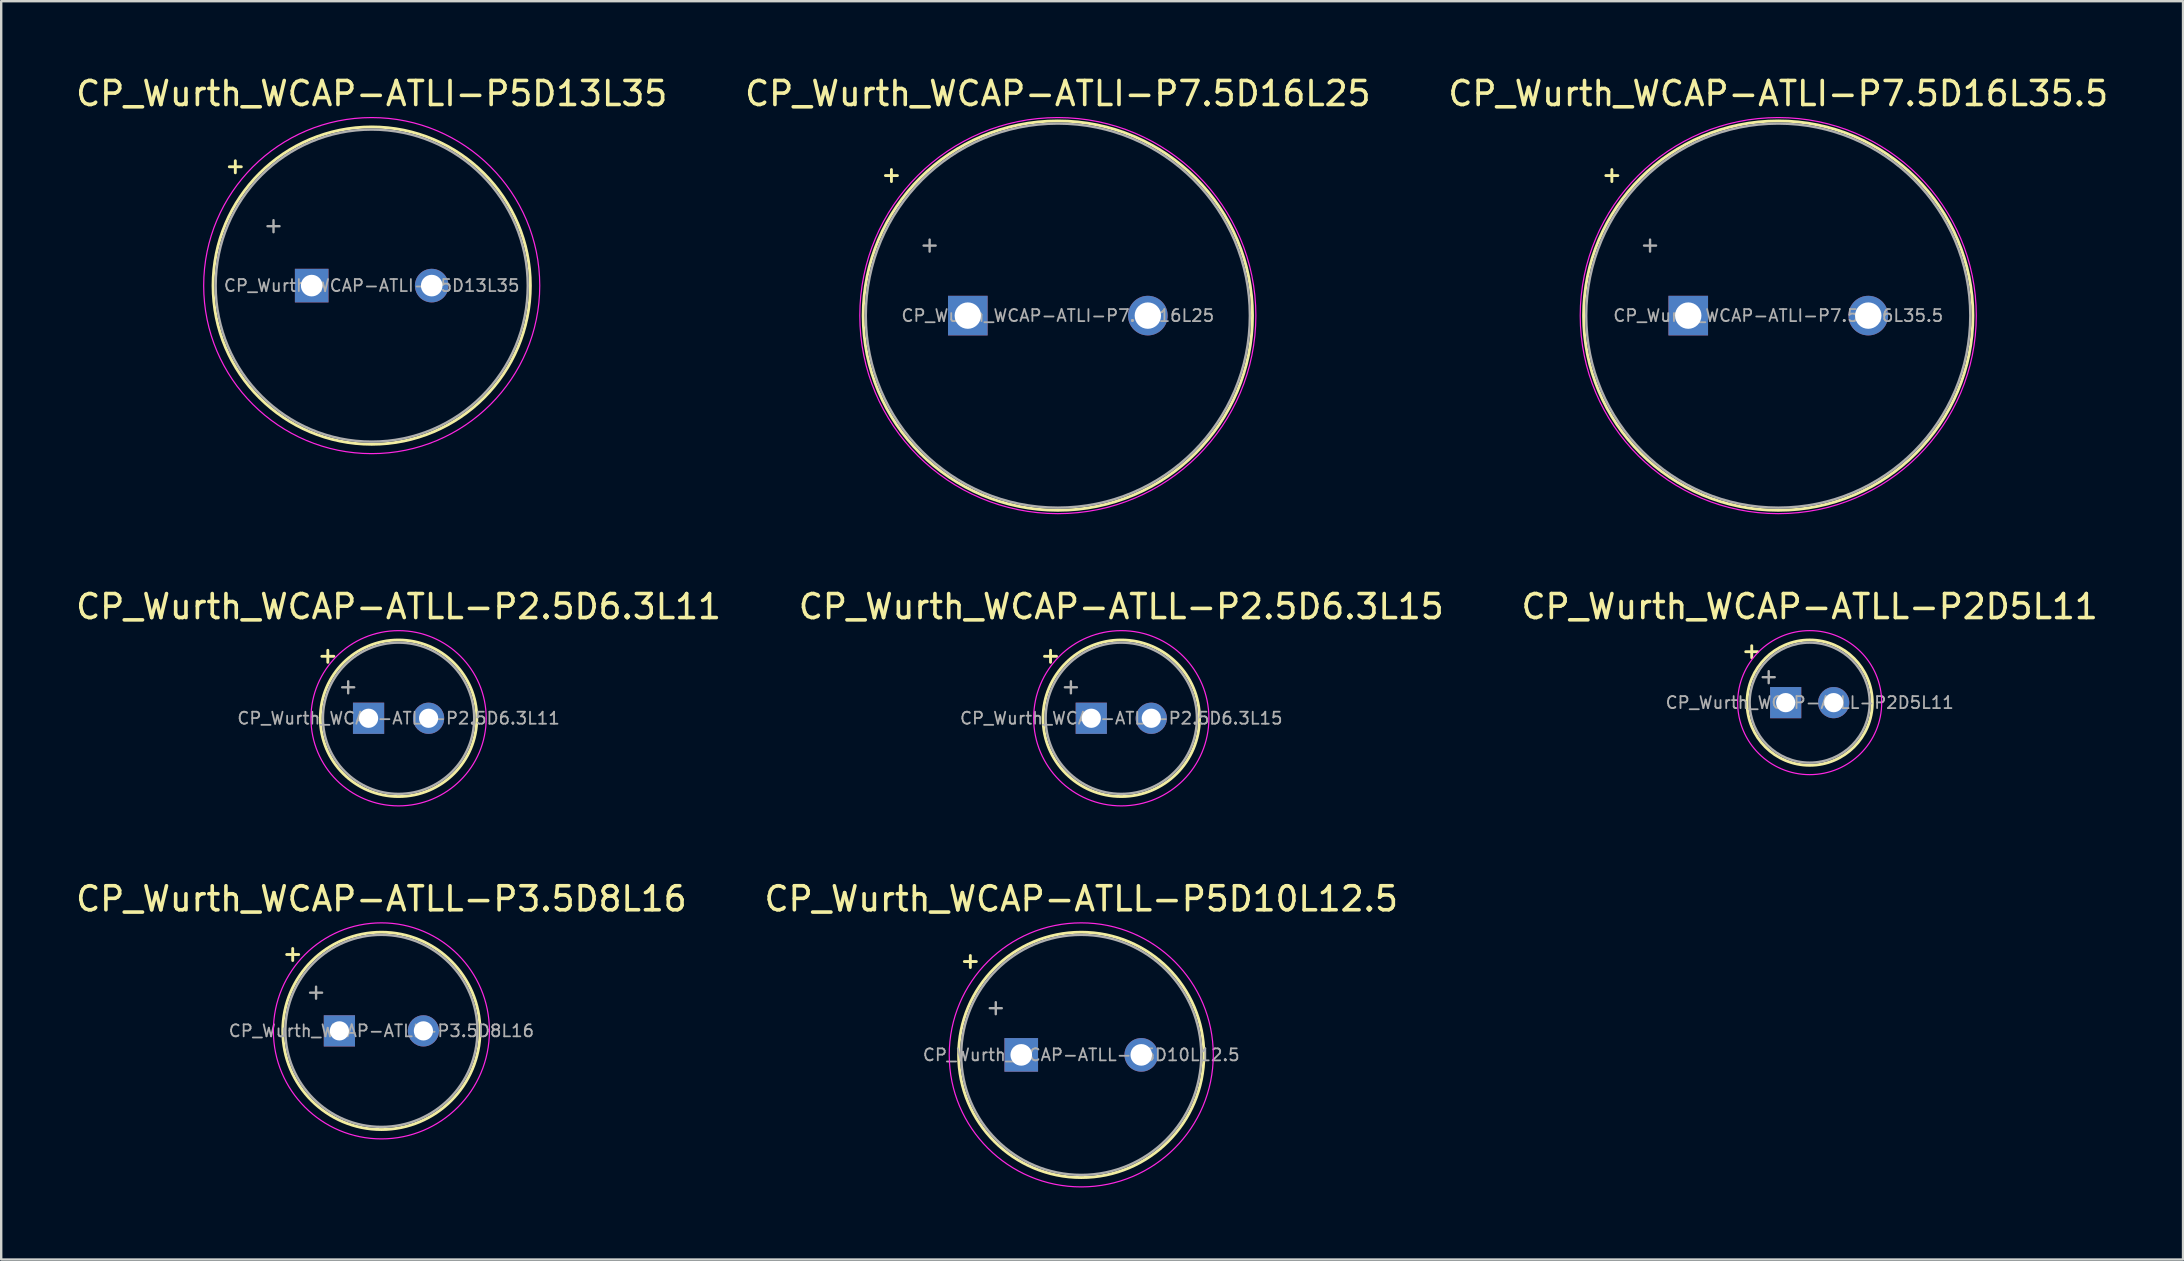
<source format=kicad_pcb>
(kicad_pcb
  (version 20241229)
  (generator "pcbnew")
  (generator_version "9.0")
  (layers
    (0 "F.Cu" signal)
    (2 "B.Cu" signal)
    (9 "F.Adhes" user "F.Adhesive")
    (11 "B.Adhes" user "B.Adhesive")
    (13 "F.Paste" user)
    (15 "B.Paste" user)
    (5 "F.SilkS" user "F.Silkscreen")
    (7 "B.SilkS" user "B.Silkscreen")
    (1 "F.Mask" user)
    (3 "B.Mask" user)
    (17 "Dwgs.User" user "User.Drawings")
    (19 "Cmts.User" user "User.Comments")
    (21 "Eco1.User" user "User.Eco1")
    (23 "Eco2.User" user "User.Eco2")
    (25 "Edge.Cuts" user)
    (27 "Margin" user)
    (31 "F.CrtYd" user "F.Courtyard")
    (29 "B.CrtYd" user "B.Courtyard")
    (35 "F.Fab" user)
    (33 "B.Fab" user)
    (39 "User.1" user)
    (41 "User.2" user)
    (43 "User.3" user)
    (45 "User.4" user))
  (footprint "CP_Wurth_WCAP-ATLL-P2.5D6.3L15"
    (layer "F.Cu")
    (at 42.411 26.872)
    (property "Reference" "CP_Wurth_WCAP-ATLL-P2.5D6.3L15" (at 1.25 -4.65 0) (unlocked yes) (layer "F.SilkS") (effects (font (size 1 1) (thickness 0.15))))
    (attr through_hole)
    (fp_line (start -1.947 -2.581) (end -1.447 -2.581) (stroke (width 0.12) (type solid)) (layer "F.SilkS"))
    (fp_line (start -1.697 -2.331) (end -1.697 -2.831) (stroke (width 0.12) (type solid)) (layer "F.SilkS"))
    (fp_circle (center 1.25 0) (end 4.51 0) (stroke (width 0.12) (type solid)) (fill no) (layer "F.SilkS"))
    (fp_circle (center 1.25 0) (end 4.9 0) (stroke (width 0.05) (type solid)) (fill no) (layer "F.CrtYd"))
    (fp_line (start -1.099 -1.29) (end -0.599 -1.29) (stroke (width 0.1) (type default)) (layer "F.Fab"))
    (fp_line (start -0.849 -1.04) (end -0.849 -1.54) (stroke (width 0.1) (type default)) (layer "F.Fab"))
    (fp_circle (center 1.25 0) (end 4.4 0) (stroke (width 0.1) (type solid)) (fill no) (layer "F.Fab"))
    (fp_text user "${REFERENCE}" (at 1.25 0 0) (unlocked yes) (layer "F.Fab") (effects (font (size 0.5 0.5) (thickness 0.075))))
    (pad "1" thru_hole rect (at 0 0) (size 1.3 1.3) (drill 0.8) (layers "*.Cu" "*.Mask"))
    (pad "2" thru_hole circle (at 2.5 0) (size 1.3 1.3) (drill 0.8) (layers "*.Cu" "*.Mask")))
  (footprint "CP_Wurth_WCAP-ATLI-P5D13L35"
    (layer "F.Cu")
    (at 9.935 8.848)
    (property "Reference" "CP_Wurth_WCAP-ATLI-P5D13L35" (at 2.5 -8 0) (unlocked yes) (layer "F.SilkS") (effects (font (size 1 1) (thickness 0.15))))
    (attr through_hole)
    (fp_line (start -3.432 -4.95) (end -2.932 -4.95) (stroke (width 0.12) (type solid)) (layer "F.SilkS"))
    (fp_line (start -3.182 -4.7) (end -3.182 -5.2) (stroke (width 0.12) (type solid)) (layer "F.SilkS"))
    (fp_circle (center 2.5 0) (end 9.11 0) (stroke (width 0.12) (type solid)) (fill no) (layer "F.SilkS"))
    (fp_circle (center 2.5 0) (end 9.5 0) (stroke (width 0.05) (type solid)) (fill no) (layer "F.CrtYd"))
    (fp_line (start -1.841 -2.475) (end -1.341 -2.475) (stroke (width 0.1) (type default)) (layer "F.Fab"))
    (fp_line (start -1.591 -2.225) (end -1.591 -2.725) (stroke (width 0.1) (type default)) (layer "F.Fab"))
    (fp_circle (center 2.5 0) (end 9 0) (stroke (width 0.1) (type solid)) (fill no) (layer "F.Fab"))
    (fp_text user "${REFERENCE}" (at 2.5 0 0) (unlocked yes) (layer "F.Fab") (effects (font (size 0.5 0.5) (thickness 0.075))))
    (pad "1" thru_hole rect (at 0 0) (size 1.4 1.4) (drill 0.9) (layers "*.Cu" "*.Mask"))
    (pad "2" thru_hole circle (at 5 0) (size 1.4 1.4) (drill 0.9) (layers "*.Cu" "*.Mask")))
  (footprint "CP_Wurth_WCAP-ATLL-P2D5L11"
    (layer "F.Cu")
    (at 71.339 26.221)
    (property "Reference" "CP_Wurth_WCAP-ATLL-P2D5L11" (at 1 -4 0) (unlocked yes) (layer "F.SilkS") (effects (font (size 1 1) (thickness 0.15))))
    (attr through_hole)
    (fp_line (start -1.664 -2.121) (end -1.164 -2.121) (stroke (width 0.12) (type solid)) (layer "F.SilkS"))
    (fp_line (start -1.414 -1.871) (end -1.414 -2.371) (stroke (width 0.12) (type solid)) (layer "F.SilkS"))
    (fp_circle (center 1 0) (end 3.61 0) (stroke (width 0.12) (type solid)) (fill no) (layer "F.SilkS"))
    (fp_circle (center 1 0) (end 4 0) (stroke (width 0.05) (type solid)) (fill no) (layer "F.CrtYd"))
    (fp_line (start -0.957 -1.061) (end -0.457 -1.061) (stroke (width 0.1) (type default)) (layer "F.Fab"))
    (fp_line (start -0.707 -0.811) (end -0.707 -1.311) (stroke (width 0.1) (type default)) (layer "F.Fab"))
    (fp_circle (center 1 0) (end 3.5 0) (stroke (width 0.1) (type solid)) (fill no) (layer "F.Fab"))
    (fp_text user "${REFERENCE}" (at 1 0 0) (unlocked yes) (layer "F.Fab") (effects (font (size 0.5 0.5) (thickness 0.075))))
    (pad "1" thru_hole rect (at 0 0) (size 1.3 1.3) (drill 0.8) (layers "*.Cu" "*.Mask"))
    (pad "2" thru_hole circle (at 2 0) (size 1.3 1.3) (drill 0.8) (layers "*.Cu" "*.Mask")))
  (footprint "CP_Wurth_WCAP-ATLI-P7.5D16L25"
    (layer "F.Cu")
    (at 37.268 10.098)
    (property "Reference" "CP_Wurth_WCAP-ATLI-P7.5D16L25" (at 3.75 -9.25 0) (unlocked yes) (layer "F.SilkS") (effects (font (size 1 1) (thickness 0.15))))
    (attr through_hole)
    (fp_line (start -3.432 -5.834) (end -2.932 -5.834) (stroke (width 0.12) (type solid)) (layer "F.SilkS"))
    (fp_line (start -3.182 -5.584) (end -3.182 -6.084) (stroke (width 0.12) (type solid)) (layer "F.SilkS"))
    (fp_circle (center 3.75 0) (end 11.86 0) (stroke (width 0.12) (type solid)) (fill no) (layer "F.SilkS"))
    (fp_circle (center 3.75 0) (end 12 0) (stroke (width 0.05) (type solid)) (fill no) (layer "F.CrtYd"))
    (fp_line (start -1.841 -2.917) (end -1.341 -2.917) (stroke (width 0.1) (type default)) (layer "F.Fab"))
    (fp_line (start -1.591 -2.667) (end -1.591 -3.167) (stroke (width 0.1) (type default)) (layer "F.Fab"))
    (fp_circle (center 3.75 0) (end 11.75 0) (stroke (width 0.1) (type solid)) (fill no) (layer "F.Fab"))
    (fp_text user "${REFERENCE}" (at 3.75 0 0) (unlocked yes) (layer "F.Fab") (effects (font (size 0.5 0.5) (thickness 0.075))))
    (pad "1" thru_hole rect (at 0 0) (size 1.65 1.65) (drill 1.1) (layers "*.Cu" "*.Mask"))
    (pad "2" thru_hole circle (at 7.5 0) (size 1.65 1.65) (drill 1.1) (layers "*.Cu" "*.Mask")))
  (footprint "CP_Wurth_WCAP-ATLL-P5D10L12.5"
    (layer "F.Cu")
    (at 39.494 40.895)
    (property "Reference" "CP_Wurth_WCAP-ATLL-P5D10L12.5" (at 2.5 -6.5 0) (unlocked yes) (layer "F.SilkS") (effects (font (size 1 1) (thickness 0.15))))
    (attr through_hole)
    (fp_line (start -2.371 -3.889) (end -1.871 -3.889) (stroke (width 0.12) (type solid)) (layer "F.SilkS"))
    (fp_line (start -2.121 -3.639) (end -2.121 -4.139) (stroke (width 0.12) (type solid)) (layer "F.SilkS"))
    (fp_circle (center 2.5 0) (end 7.61 0) (stroke (width 0.12) (type solid)) (fill no) (layer "F.SilkS"))
    (fp_circle (center 2.5 0) (end 8 0) (stroke (width 0.05) (type solid)) (fill no) (layer "F.CrtYd"))
    (fp_line (start -1.311 -1.945) (end -0.811 -1.945) (stroke (width 0.1) (type default)) (layer "F.Fab"))
    (fp_line (start -1.061 -1.695) (end -1.061 -2.195) (stroke (width 0.1) (type default)) (layer "F.Fab"))
    (fp_circle (center 2.5 0) (end 7.5 0) (stroke (width 0.1) (type solid)) (fill no) (layer "F.Fab"))
    (fp_text user "${REFERENCE}" (at 2.5 0 0) (unlocked yes) (layer "F.Fab") (effects (font (size 0.5 0.5) (thickness 0.075))))
    (pad "1" thru_hole rect (at 0 0) (size 1.4 1.4) (drill 0.9) (layers "*.Cu" "*.Mask"))
    (pad "2" thru_hole circle (at 5 0) (size 1.4 1.4) (drill 0.9) (layers "*.Cu" "*.Mask")))
  (footprint "CP_Wurth_WCAP-ATLL-P2.5D6.3L11"
    (layer "F.Cu")
    (at 12.304 26.872)
    (property "Reference" "CP_Wurth_WCAP-ATLL-P2.5D6.3L11" (at 1.25 -4.65 0) (unlocked yes) (layer "F.SilkS") (effects (font (size 1 1) (thickness 0.15))))
    (attr through_hole)
    (fp_line (start -1.947 -2.581) (end -1.447 -2.581) (stroke (width 0.12) (type solid)) (layer "F.SilkS"))
    (fp_line (start -1.697 -2.331) (end -1.697 -2.831) (stroke (width 0.12) (type solid)) (layer "F.SilkS"))
    (fp_circle (center 1.25 0) (end 4.51 0) (stroke (width 0.12) (type solid)) (fill no) (layer "F.SilkS"))
    (fp_circle (center 1.25 0) (end 4.9 0) (stroke (width 0.05) (type solid)) (fill no) (layer "F.CrtYd"))
    (fp_line (start -1.099 -1.29) (end -0.599 -1.29) (stroke (width 0.1) (type default)) (layer "F.Fab"))
    (fp_line (start -0.849 -1.04) (end -0.849 -1.54) (stroke (width 0.1) (type default)) (layer "F.Fab"))
    (fp_circle (center 1.25 0) (end 4.4 0) (stroke (width 0.1) (type solid)) (fill no) (layer "F.Fab"))
    (fp_text user "${REFERENCE}" (at 1.25 0 0) (unlocked yes) (layer "F.Fab") (effects (font (size 0.5 0.5) (thickness 0.075))))
    (pad "1" thru_hole rect (at 0 0) (size 1.3 1.3) (drill 0.8) (layers "*.Cu" "*.Mask"))
    (pad "2" thru_hole circle (at 2.5 0) (size 1.3 1.3) (drill 0.8) (layers "*.Cu" "*.Mask")))
  (footprint "CP_Wurth_WCAP-ATLL-P3.5D8L16"
    (layer "F.Cu")
    (at 11.089 39.895)
    (property "Reference" "CP_Wurth_WCAP-ATLL-P3.5D8L16" (at 1.75 -5.5 0) (unlocked yes) (layer "F.SilkS") (effects (font (size 1 1) (thickness 0.15))))
    (attr through_hole)
    (fp_line (start -2.195 -3.182) (end -1.695 -3.182) (stroke (width 0.12) (type solid)) (layer "F.SilkS"))
    (fp_line (start -1.945 -2.932) (end -1.945 -3.432) (stroke (width 0.12) (type solid)) (layer "F.SilkS"))
    (fp_circle (center 1.75 0) (end 5.86 0) (stroke (width 0.12) (type solid)) (fill no) (layer "F.SilkS"))
    (fp_circle (center 1.75 0) (end 6.25 0) (stroke (width 0.05) (type solid)) (fill no) (layer "F.CrtYd"))
    (fp_line (start -1.222 -1.591) (end -0.722 -1.591) (stroke (width 0.1) (type default)) (layer "F.Fab"))
    (fp_line (start -0.972 -1.341) (end -0.972 -1.841) (stroke (width 0.1) (type default)) (layer "F.Fab"))
    (fp_circle (center 1.75 0) (end 5.75 0) (stroke (width 0.1) (type solid)) (fill no) (layer "F.Fab"))
    (fp_text user "${REFERENCE}" (at 1.75 0 0) (unlocked yes) (layer "F.Fab") (effects (font (size 0.5 0.5) (thickness 0.075))))
    (pad "1" thru_hole rect (at 0 0) (size 1.3 1.3) (drill 0.8) (layers "*.Cu" "*.Mask"))
    (pad "2" thru_hole circle (at 3.5 0) (size 1.3 1.3) (drill 0.8) (layers "*.Cu" "*.Mask")))
  (footprint "CP_Wurth_WCAP-ATLI-P7.5D16L35.5"
    (layer "F.Cu")
    (at 67.28 10.098)
    (property "Reference" "CP_Wurth_WCAP-ATLI-P7.5D16L35.5" (at 3.75 -9.25 0) (unlocked yes) (layer "F.SilkS") (effects (font (size 1 1) (thickness 0.15))))
    (attr through_hole)
    (fp_line (start -3.432 -5.834) (end -2.932 -5.834) (stroke (width 0.12) (type solid)) (layer "F.SilkS"))
    (fp_line (start -3.182 -5.584) (end -3.182 -6.084) (stroke (width 0.12) (type solid)) (layer "F.SilkS"))
    (fp_circle (center 3.75 0) (end 11.86 0) (stroke (width 0.12) (type solid)) (fill no) (layer "F.SilkS"))
    (fp_circle (center 3.75 0) (end 12 0) (stroke (width 0.05) (type solid)) (fill no) (layer "F.CrtYd"))
    (fp_line (start -1.841 -2.917) (end -1.341 -2.917) (stroke (width 0.1) (type default)) (layer "F.Fab"))
    (fp_line (start -1.591 -2.667) (end -1.591 -3.167) (stroke (width 0.1) (type default)) (layer "F.Fab"))
    (fp_circle (center 3.75 0) (end 11.75 0) (stroke (width 0.1) (type solid)) (fill no) (layer "F.Fab"))
    (fp_text user "${REFERENCE}" (at 3.75 0 0) (unlocked yes) (layer "F.Fab") (effects (font (size 0.5 0.5) (thickness 0.075))))
    (pad "1" thru_hole rect (at 0 0) (size 1.65 1.65) (drill 1.1) (layers "*.Cu" "*.Mask"))
    (pad "2" thru_hole circle (at 7.5 0) (size 1.65 1.65) (drill 1.1) (layers "*.Cu" "*.Mask")))
  (gr_rect
    (start -3 -3)
    (end 87.893 49.42)
    (stroke (width 0.1) (type default))
    (fill no)
    (layer "Edge.Cuts")))
</source>
